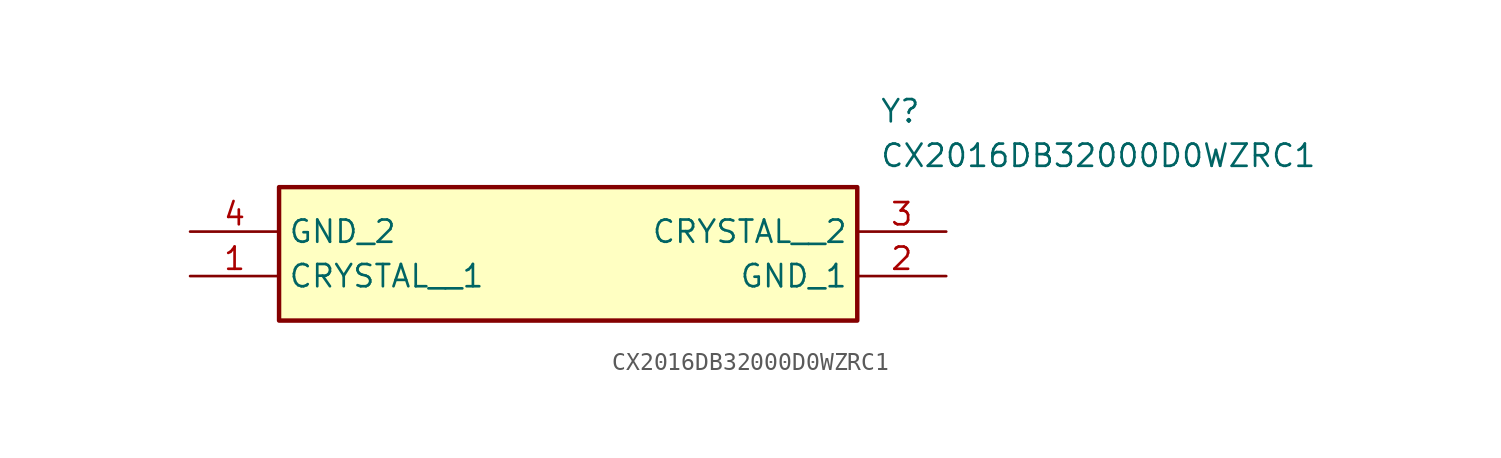
<source format=kicad_sym>
(kicad_symbol_lib
  (version 20211014)
  (generator SamacSys_ECAD_Model)
  (symbol "CX2016DB32000D0WZRC1"
    (property "Reference" "Y"
      (at 39.37 7.62 0)
      (effects (font (size 1.27 1.27)) (justify left top)))
    (property "Value" "CX2016DB32000D0WZRC1"
      (at 39.37 5.08 0)
      (effects (font (size 1.27 1.27)) (justify left top)))
    (rectangle
      (start 5.08 2.54)
      (end 38.1 -5.08)
      (stroke (width 0.254) (type default))
      (fill (type background)))
    (pin passive line
      (at 0 -2.54 0)
      (length 5.08)
      (name "CRYSTAL__1" (effects (font (size 1.27 1.27))))
      (number "1" (effects (font (size 1.27 1.27)))))
    (pin passive line
      (at 43.18 -2.54 180)
      (length 5.08)
      (name "GND_1" (effects (font (size 1.27 1.27))))
      (number "2" (effects (font (size 1.27 1.27)))))
    (pin passive line
      (at 43.18 0 180)
      (length 5.08)
      (name "CRYSTAL__2" (effects (font (size 1.27 1.27))))
      (number "3" (effects (font (size 1.27 1.27)))))
    (pin passive line
      (at 0 0 0)
      (length 5.08)
      (name "GND_2" (effects (font (size 1.27 1.27))))
      (number "4" (effects (font (size 1.27 1.27)))))))
</source>
